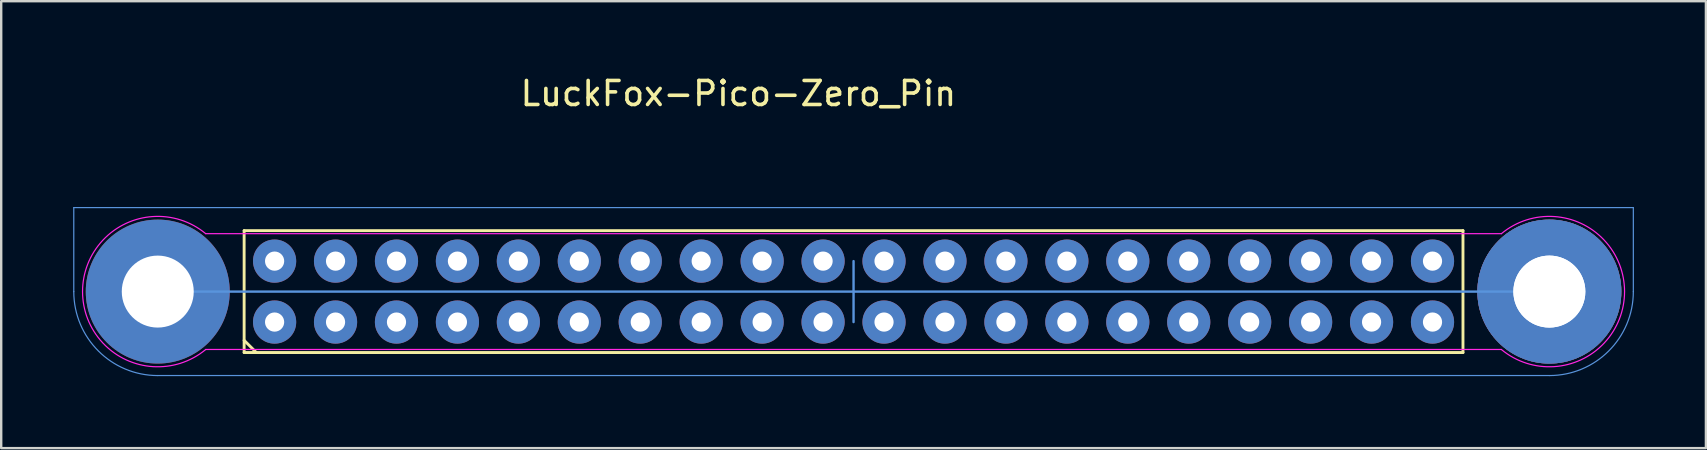
<source format=kicad_pcb>
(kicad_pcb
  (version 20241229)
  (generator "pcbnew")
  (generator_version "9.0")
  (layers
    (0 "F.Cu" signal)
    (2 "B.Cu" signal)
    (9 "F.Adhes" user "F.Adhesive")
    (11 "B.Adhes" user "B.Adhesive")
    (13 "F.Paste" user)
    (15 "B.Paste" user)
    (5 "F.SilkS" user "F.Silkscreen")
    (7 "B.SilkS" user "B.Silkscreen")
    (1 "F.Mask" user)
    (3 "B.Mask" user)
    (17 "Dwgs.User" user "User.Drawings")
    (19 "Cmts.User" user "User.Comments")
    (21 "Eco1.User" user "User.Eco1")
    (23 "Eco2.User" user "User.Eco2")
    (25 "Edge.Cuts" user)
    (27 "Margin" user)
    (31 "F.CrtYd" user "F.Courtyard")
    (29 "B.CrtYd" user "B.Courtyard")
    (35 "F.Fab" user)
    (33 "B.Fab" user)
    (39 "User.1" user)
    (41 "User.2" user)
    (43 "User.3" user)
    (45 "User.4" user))
  (footprint "LuckFox-Pico-Zero_Pin"
    (layer "F.Cu")
    (at 32.525 9.103)
    (property "Reference" "LuckFox-Pico-Zero_Pin" (at -13.97 -8.255 0) (layer "F.SilkS") (effects (font (size 1 1) (thickness 0.15)) (justify left)))
    (attr through_hole)
    (fp_line (start -25.4 -2.54) (end -25.4 2.54) (stroke (width 0.12) (type solid)) (layer "F.SilkS"))
    (fp_line (start -25.4 -2.54) (end 25.4 -2.54) (stroke (width 0.12) (type solid)) (layer "F.SilkS"))
    (fp_line (start -25.4 2.54) (end 25.4 2.54) (stroke (width 0.12) (type solid)) (layer "F.SilkS"))
    (fp_line (start -24.892 2.54) (end -25.4 2.032) (stroke (width 0.12) (type solid)) (layer "F.SilkS"))
    (fp_line (start 25.4 -2.54) (end 25.4 2.54) (stroke (width 0.12) (type solid)) (layer "F.SilkS"))
    (fp_line (start -32.5 -3.5) (end -32.5 0) (stroke (width 0.05) (type solid)) (layer "Cmts.User"))
    (fp_line (start -32.5 -3.5) (end 32.5 -3.5) (stroke (width 0.05) (type solid)) (layer "Cmts.User"))
    (fp_line (start -29 0) (end 29 0) (stroke (width 0.1) (type default)) (layer "Cmts.User"))
    (fp_line (start -29 3.5) (end 29 3.5) (stroke (width 0.05) (type solid)) (layer "Cmts.User"))
    (fp_line (start 0 -1.27) (end 0 1.27) (stroke (width 0.1) (type solid)) (layer "Cmts.User"))
    (fp_line (start 32.5 -3.5) (end 32.5 0) (stroke (width 0.05) (type solid)) (layer "Cmts.User"))
    (fp_arc (start -29 3.5) (mid -31.474874 2.474874) (end -32.5 0) (stroke (width 0.05) (type solid)) (layer "Cmts.User"))
    (fp_arc (start 32.5 0) (mid 31.474874 2.474874) (end 29 3.5) (stroke (width 0.05) (type solid)) (layer "Cmts.User"))
    (fp_line (start 27 -2.413) (end -27 -2.413) (stroke (width 0.05) (type solid)) (layer "F.CrtYd"))
    (fp_line (start 27 2.413) (end -27 2.413) (stroke (width 0.05) (type solid)) (layer "F.CrtYd"))
    (fp_arc (start -27 2.413) (mid -32.134098 0) (end -27 -2.413) (stroke (width 0.05) (type solid)) (layer "F.CrtYd"))
    (fp_arc (start 27 -2.413) (mid 32.134098 0) (end 27 2.413) (stroke (width 0.05) (type solid)) (layer "F.CrtYd"))
    (pad "" np_thru_hole circle (at -29 0 270) (size 6 6) (drill 3) (layers "*.Cu" "*.Mask"))
    (pad "" np_thru_hole circle (at 29 0 90) (size 6 6) (drill 3) (layers "*.Cu" "*.Mask"))
    (pad "" np_thru_hole circle (at 29 0 90) (size 6 6) (drill 3) (layers "*.Cu" "*.Mask"))
    (pad "1" thru_hole circle (at 24.13 -1.27) (size 1.8 1.8) (drill 0.8) (layers "*.Cu" "*.Mask"))
    (pad "2" thru_hole circle (at 24.13 1.27) (size 1.8 1.8) (drill 0.8) (layers "*.Cu" "*.Mask"))
    (pad "3" thru_hole circle (at 21.59 -1.27) (size 1.8 1.8) (drill 0.8) (layers "*.Cu" "*.Mask"))
    (pad "4" thru_hole circle (at 21.59 1.27) (size 1.8 1.8) (drill 0.8) (layers "*.Cu" "*.Mask"))
    (pad "5" thru_hole circle (at 19.05 -1.27) (size 1.8 1.8) (drill 0.8) (layers "*.Cu" "*.Mask"))
    (pad "6" thru_hole circle (at 19.05 1.27) (size 1.8 1.8) (drill 0.8) (layers "*.Cu" "*.Mask"))
    (pad "7" thru_hole circle (at 16.51 -1.27) (size 1.8 1.8) (drill 0.8) (layers "*.Cu" "*.Mask"))
    (pad "8" thru_hole circle (at 16.51 1.27) (size 1.8 1.8) (drill 0.8) (layers "*.Cu" "*.Mask"))
    (pad "9" thru_hole circle (at 13.97 -1.27) (size 1.8 1.8) (drill 0.8) (layers "*.Cu" "*.Mask"))
    (pad "10" thru_hole circle (at 13.97 1.27) (size 1.8 1.8) (drill 0.8) (layers "*.Cu" "*.Mask"))
    (pad "11" thru_hole circle (at 11.43 -1.27) (size 1.8 1.8) (drill 0.8) (layers "*.Cu" "*.Mask"))
    (pad "12" thru_hole circle (at 11.43 1.27) (size 1.8 1.8) (drill 0.8) (layers "*.Cu" "*.Mask"))
    (pad "13" thru_hole circle (at 8.89 -1.27) (size 1.8 1.8) (drill 0.8) (layers "*.Cu" "*.Mask"))
    (pad "14" thru_hole circle (at 8.89 1.27) (size 1.8 1.8) (drill 0.8) (layers "*.Cu" "*.Mask"))
    (pad "15" thru_hole circle (at 6.35 -1.27) (size 1.8 1.8) (drill 0.8) (layers "*.Cu" "*.Mask"))
    (pad "16" thru_hole circle (at 6.35 1.27) (size 1.8 1.8) (drill 0.8) (layers "*.Cu" "*.Mask"))
    (pad "17" thru_hole circle (at 3.81 -1.27) (size 1.8 1.8) (drill 0.8) (layers "*.Cu" "*.Mask"))
    (pad "18" thru_hole circle (at 3.81 1.27) (size 1.8 1.8) (drill 0.8) (layers "*.Cu" "*.Mask"))
    (pad "19" thru_hole circle (at 1.27 -1.27) (size 1.8 1.8) (drill 0.8) (layers "*.Cu" "*.Mask"))
    (pad "20" thru_hole circle (at 1.27 1.27) (size 1.8 1.8) (drill 0.8) (layers "*.Cu" "*.Mask"))
    (pad "21" thru_hole circle (at -1.27 -1.27) (size 1.8 1.8) (drill 0.8) (layers "*.Cu" "*.Mask"))
    (pad "22" thru_hole circle (at -1.27 1.27) (size 1.8 1.8) (drill 0.8) (layers "*.Cu" "*.Mask"))
    (pad "23" thru_hole circle (at -3.81 -1.27) (size 1.8 1.8) (drill 0.8) (layers "*.Cu" "*.Mask"))
    (pad "24" thru_hole circle (at -3.81 1.27) (size 1.8 1.8) (drill 0.8) (layers "*.Cu" "*.Mask"))
    (pad "25" thru_hole circle (at -6.35 -1.27) (size 1.8 1.8) (drill 0.8) (layers "*.Cu" "*.Mask"))
    (pad "26" thru_hole circle (at -6.35 1.27) (size 1.8 1.8) (drill 0.8) (layers "*.Cu" "*.Mask"))
    (pad "27" thru_hole circle (at -8.89 -1.27) (size 1.8 1.8) (drill 0.8) (layers "*.Cu" "*.Mask"))
    (pad "28" thru_hole circle (at -8.89 1.27) (size 1.8 1.8) (drill 0.8) (layers "*.Cu" "*.Mask"))
    (pad "29" thru_hole circle (at -11.43 -1.27) (size 1.8 1.8) (drill 0.8) (layers "*.Cu" "*.Mask"))
    (pad "30" thru_hole circle (at -11.43 1.27) (size 1.8 1.8) (drill 0.8) (layers "*.Cu" "*.Mask"))
    (pad "31" thru_hole circle (at -13.97 -1.27) (size 1.8 1.8) (drill 0.8) (layers "*.Cu" "*.Mask"))
    (pad "32" thru_hole circle (at -13.97 1.27) (size 1.8 1.8) (drill 0.8) (layers "*.Cu" "*.Mask"))
    (pad "33" thru_hole circle (at -16.51 -1.27) (size 1.8 1.8) (drill 0.8) (layers "*.Cu" "*.Mask"))
    (pad "34" thru_hole circle (at -16.51 1.27) (size 1.8 1.8) (drill 0.8) (layers "*.Cu" "*.Mask"))
    (pad "35" thru_hole circle (at -19.05 -1.27) (size 1.8 1.8) (drill 0.8) (layers "*.Cu" "*.Mask"))
    (pad "36" thru_hole circle (at -19.05 1.27) (size 1.8 1.8) (drill 0.8) (layers "*.Cu" "*.Mask"))
    (pad "37" thru_hole circle (at -21.59 -1.27) (size 1.8 1.8) (drill 0.8) (layers "*.Cu" "*.Mask"))
    (pad "38" thru_hole circle (at -21.59 1.27) (size 1.8 1.8) (drill 0.8) (layers "*.Cu" "*.Mask"))
    (pad "39" thru_hole circle (at -24.13 -1.27) (size 1.8 1.8) (drill 0.8) (layers "*.Cu" "*.Mask"))
    (pad "40" thru_hole circle (at -24.13 1.27) (size 1.8 1.8) (drill 0.8) (layers "*.Cu" "*.Mask")))
  (gr_rect
    (start -3 -3)
    (end 68.05 15.628)
    (stroke (width 0.1) (type default))
    (fill no)
    (layer "Edge.Cuts")))
</source>
